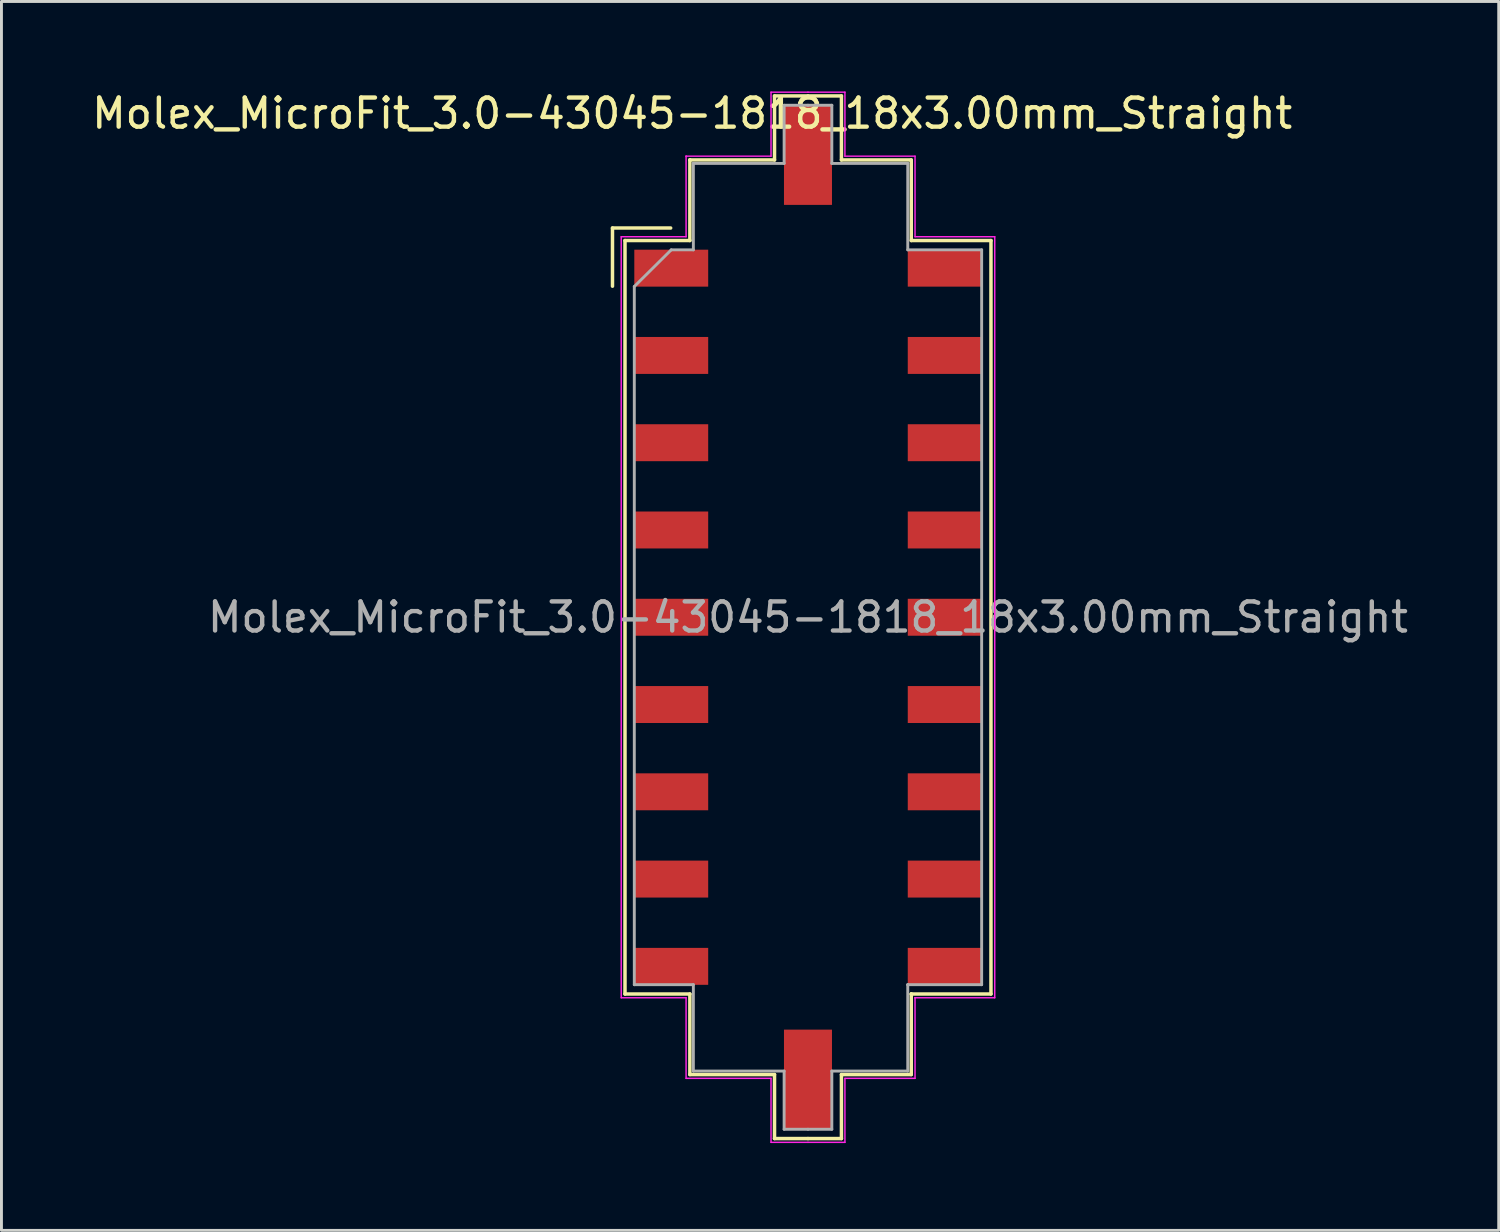
<source format=kicad_pcb>
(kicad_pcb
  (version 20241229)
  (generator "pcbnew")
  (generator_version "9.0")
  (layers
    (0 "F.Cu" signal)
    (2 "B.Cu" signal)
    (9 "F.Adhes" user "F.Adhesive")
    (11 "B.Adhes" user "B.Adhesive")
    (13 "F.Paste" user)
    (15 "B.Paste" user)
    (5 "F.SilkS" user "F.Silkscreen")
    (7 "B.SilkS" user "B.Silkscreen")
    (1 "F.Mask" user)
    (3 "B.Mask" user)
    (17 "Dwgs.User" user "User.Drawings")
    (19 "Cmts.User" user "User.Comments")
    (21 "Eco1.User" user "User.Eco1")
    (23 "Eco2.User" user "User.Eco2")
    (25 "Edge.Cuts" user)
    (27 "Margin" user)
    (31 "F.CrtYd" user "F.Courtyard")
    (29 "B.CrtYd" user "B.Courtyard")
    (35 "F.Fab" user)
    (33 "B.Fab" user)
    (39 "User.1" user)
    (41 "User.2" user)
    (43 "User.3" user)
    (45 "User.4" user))
  (footprint "Molex_MicroFit_3.0-43045-1818_18x3.00mm_Straight"
    (layer "F.Cu")
    (at 24.724 18.168)
    (property "Reference" "Molex_MicroFit_3.0-43045-1818_18x3.00mm_Straight" (at -3.98 -17.32 0) (layer "F.SilkS") (effects (font (size 1 1) (thickness 0.15))))
    (attr smd)
    (fp_line (start -6.72 -13.38) (end -6.72 -11.38) (stroke (width 0.12) (type solid)) (layer "F.SilkS"))
    (fp_line (start -6.29 -12.95) (end -4.06 -12.95) (stroke (width 0.12) (type solid)) (layer "F.SilkS"))
    (fp_line (start -6.29 12.95) (end -6.29 -12.95) (stroke (width 0.12) (type solid)) (layer "F.SilkS"))
    (fp_line (start -4.72 -13.38) (end -6.72 -13.38) (stroke (width 0.12) (type solid)) (layer "F.SilkS"))
    (fp_line (start -4.06 -15.72) (end -4.06 -15.72) (stroke (width 0.12) (type solid)) (layer "F.SilkS"))
    (fp_line (start -4.06 -15.72) (end -1.15 -15.72) (stroke (width 0.12) (type solid)) (layer "F.SilkS"))
    (fp_line (start -4.06 -12.95) (end -4.06 -15.72) (stroke (width 0.12) (type solid)) (layer "F.SilkS"))
    (fp_line (start -4.06 12.95) (end -6.29 12.95) (stroke (width 0.12) (type solid)) (layer "F.SilkS"))
    (fp_line (start -4.06 15.72) (end -4.06 12.95) (stroke (width 0.12) (type solid)) (layer "F.SilkS"))
    (fp_line (start -1.15 -17.92) (end 0 -17.92) (stroke (width 0.12) (type solid)) (layer "F.SilkS"))
    (fp_line (start -1.15 -15.72) (end -1.15 -17.92) (stroke (width 0.12) (type solid)) (layer "F.SilkS"))
    (fp_line (start -1.15 15.72) (end -4.06 15.72) (stroke (width 0.12) (type solid)) (layer "F.SilkS"))
    (fp_line (start -1.15 17.92) (end -1.15 15.72) (stroke (width 0.12) (type solid)) (layer "F.SilkS"))
    (fp_line (start 0 -17.92) (end 1.15 -17.92) (stroke (width 0.12) (type solid)) (layer "F.SilkS"))
    (fp_line (start 0 17.92) (end -1.15 17.92) (stroke (width 0.12) (type solid)) (layer "F.SilkS"))
    (fp_line (start 1.15 -17.92) (end 1.15 -15.72) (stroke (width 0.12) (type solid)) (layer "F.SilkS"))
    (fp_line (start 1.15 -15.72) (end 3.55 -15.72) (stroke (width 0.12) (type solid)) (layer "F.SilkS"))
    (fp_line (start 1.15 15.72) (end 1.15 17.92) (stroke (width 0.12) (type solid)) (layer "F.SilkS"))
    (fp_line (start 1.15 17.92) (end 0 17.92) (stroke (width 0.12) (type solid)) (layer "F.SilkS"))
    (fp_line (start 3.55 -15.72) (end 3.55 -12.95) (stroke (width 0.12) (type solid)) (layer "F.SilkS"))
    (fp_line (start 3.55 -12.95) (end 6.29 -12.95) (stroke (width 0.12) (type solid)) (layer "F.SilkS"))
    (fp_line (start 3.55 12.95) (end 3.55 12.95) (stroke (width 0.12) (type solid)) (layer "F.SilkS"))
    (fp_line (start 3.55 12.95) (end 3.55 15.72) (stroke (width 0.12) (type solid)) (layer "F.SilkS"))
    (fp_line (start 3.55 15.72) (end 1.15 15.72) (stroke (width 0.12) (type solid)) (layer "F.SilkS"))
    (fp_line (start 6.29 -12.95) (end 6.29 12.95) (stroke (width 0.12) (type solid)) (layer "F.SilkS"))
    (fp_line (start 6.29 12.95) (end 3.55 12.95) (stroke (width 0.12) (type solid)) (layer "F.SilkS"))
    (fp_line (start -6.42 -13.08) (end -4.19 -13.08) (stroke (width 0.05) (type solid)) (layer "F.CrtYd"))
    (fp_line (start -6.42 13.08) (end -6.42 -13.08) (stroke (width 0.05) (type solid)) (layer "F.CrtYd"))
    (fp_line (start -4.19 -15.85) (end -4.19 -15.85) (stroke (width 0.05) (type solid)) (layer "F.CrtYd"))
    (fp_line (start -4.19 -15.85) (end -1.27 -15.85) (stroke (width 0.05) (type solid)) (layer "F.CrtYd"))
    (fp_line (start -4.19 -13.08) (end -4.19 -15.85) (stroke (width 0.05) (type solid)) (layer "F.CrtYd"))
    (fp_line (start -4.19 13.08) (end -6.42 13.08) (stroke (width 0.05) (type solid)) (layer "F.CrtYd"))
    (fp_line (start -4.19 15.85) (end -4.19 13.08) (stroke (width 0.05) (type solid)) (layer "F.CrtYd"))
    (fp_line (start -1.27 -18.05) (end 0 -18.05) (stroke (width 0.05) (type solid)) (layer "F.CrtYd"))
    (fp_line (start -1.27 -15.85) (end -1.27 -18.05) (stroke (width 0.05) (type solid)) (layer "F.CrtYd"))
    (fp_line (start -1.27 15.85) (end -4.19 15.85) (stroke (width 0.05) (type solid)) (layer "F.CrtYd"))
    (fp_line (start -1.27 18.05) (end -1.27 15.85) (stroke (width 0.05) (type solid)) (layer "F.CrtYd"))
    (fp_line (start 0 -18.05) (end 1.27 -18.05) (stroke (width 0.05) (type solid)) (layer "F.CrtYd"))
    (fp_line (start 0 18.05) (end -1.27 18.05) (stroke (width 0.05) (type solid)) (layer "F.CrtYd"))
    (fp_line (start 1.27 -18.05) (end 1.27 -15.85) (stroke (width 0.05) (type solid)) (layer "F.CrtYd"))
    (fp_line (start 1.27 -15.85) (end 3.68 -15.85) (stroke (width 0.05) (type solid)) (layer "F.CrtYd"))
    (fp_line (start 1.27 15.85) (end 1.27 18.05) (stroke (width 0.05) (type solid)) (layer "F.CrtYd"))
    (fp_line (start 1.27 18.05) (end 0 18.05) (stroke (width 0.05) (type solid)) (layer "F.CrtYd"))
    (fp_line (start 3.68 -15.85) (end 3.68 -13.08) (stroke (width 0.05) (type solid)) (layer "F.CrtYd"))
    (fp_line (start 3.68 -13.08) (end 6.42 -13.08) (stroke (width 0.05) (type solid)) (layer "F.CrtYd"))
    (fp_line (start 3.68 13.08) (end 3.68 13.08) (stroke (width 0.05) (type solid)) (layer "F.CrtYd"))
    (fp_line (start 3.68 13.08) (end 3.68 15.85) (stroke (width 0.05) (type solid)) (layer "F.CrtYd"))
    (fp_line (start 3.68 15.85) (end 1.27 15.85) (stroke (width 0.05) (type solid)) (layer "F.CrtYd"))
    (fp_line (start 6.42 -13.08) (end 6.42 13.08) (stroke (width 0.05) (type solid)) (layer "F.CrtYd"))
    (fp_line (start 6.42 13.08) (end 3.68 13.08) (stroke (width 0.05) (type solid)) (layer "F.CrtYd"))
    (fp_line (start -5.97 -11.37) (end -4.7 -12.63) (stroke (width 0.1) (type solid)) (layer "F.Fab"))
    (fp_line (start -5.97 12.63) (end -5.97 -11.37) (stroke (width 0.1) (type solid)) (layer "F.Fab"))
    (fp_line (start -4.7 -12.63) (end -3.94 -12.63) (stroke (width 0.1) (type solid)) (layer "F.Fab"))
    (fp_line (start -3.94 -15.6) (end -3.94 -15.6) (stroke (width 0.1) (type solid)) (layer "F.Fab"))
    (fp_line (start -3.94 -15.6) (end -0.82 -15.6) (stroke (width 0.1) (type solid)) (layer "F.Fab"))
    (fp_line (start -3.94 -12.63) (end -3.94 -15.6) (stroke (width 0.1) (type solid)) (layer "F.Fab"))
    (fp_line (start -3.94 12.63) (end -5.97 12.63) (stroke (width 0.1) (type solid)) (layer "F.Fab"))
    (fp_line (start -3.94 15.6) (end -3.94 12.63) (stroke (width 0.1) (type solid)) (layer "F.Fab"))
    (fp_line (start -0.82 -17.6) (end 0 -17.6) (stroke (width 0.1) (type solid)) (layer "F.Fab"))
    (fp_line (start -0.82 -15.6) (end -0.82 -17.6) (stroke (width 0.1) (type solid)) (layer "F.Fab"))
    (fp_line (start -0.82 15.6) (end -3.94 15.6) (stroke (width 0.1) (type solid)) (layer "F.Fab"))
    (fp_line (start -0.82 17.6) (end -0.82 15.6) (stroke (width 0.1) (type solid)) (layer "F.Fab"))
    (fp_line (start 0 -17.6) (end 0.82 -17.6) (stroke (width 0.1) (type solid)) (layer "F.Fab"))
    (fp_line (start 0 17.6) (end -0.82 17.6) (stroke (width 0.1) (type solid)) (layer "F.Fab"))
    (fp_line (start 0.82 -17.6) (end 0.82 -15.6) (stroke (width 0.1) (type solid)) (layer "F.Fab"))
    (fp_line (start 0.82 -15.6) (end 3.43 -15.6) (stroke (width 0.1) (type solid)) (layer "F.Fab"))
    (fp_line (start 0.82 15.6) (end 0.82 17.6) (stroke (width 0.1) (type solid)) (layer "F.Fab"))
    (fp_line (start 0.82 17.6) (end 0 17.6) (stroke (width 0.1) (type solid)) (layer "F.Fab"))
    (fp_line (start 3.43 -15.6) (end 3.43 -12.63) (stroke (width 0.1) (type solid)) (layer "F.Fab"))
    (fp_line (start 3.43 -12.63) (end 5.97 -12.63) (stroke (width 0.1) (type solid)) (layer "F.Fab"))
    (fp_line (start 3.43 12.63) (end 3.43 12.63) (stroke (width 0.1) (type solid)) (layer "F.Fab"))
    (fp_line (start 3.43 12.63) (end 3.43 15.6) (stroke (width 0.1) (type solid)) (layer "F.Fab"))
    (fp_line (start 3.43 15.6) (end 0.82 15.6) (stroke (width 0.1) (type solid)) (layer "F.Fab"))
    (fp_line (start 5.97 -12.63) (end 5.97 12.63) (stroke (width 0.1) (type solid)) (layer "F.Fab"))
    (fp_line (start 5.97 12.63) (end 3.43 12.63) (stroke (width 0.1) (type solid)) (layer "F.Fab"))
    (fp_text user "${REFERENCE}" (at 0 0 0) (layer "F.Fab") (effects (font (size 1 1) (thickness 0.15))))
    (pad "" smd rect (at 0 -15.89) (size 1.65 3.43) (layers "F.Cu" "F.Mask" "F.Paste"))
    (pad "" smd rect (at 0 15.89) (size 1.65 3.43) (layers "F.Cu" "F.Mask" "F.Paste"))
    (pad "1" smd rect (at -4.7 -12) (size 2.54 1.27) (layers "F.Cu" "F.Mask" "F.Paste"))
    (pad "2" smd rect (at -4.7 -9) (size 2.54 1.27) (layers "F.Cu" "F.Mask" "F.Paste"))
    (pad "3" smd rect (at -4.7 -6) (size 2.54 1.27) (layers "F.Cu" "F.Mask" "F.Paste"))
    (pad "4" smd rect (at -4.7 -3) (size 2.54 1.27) (layers "F.Cu" "F.Mask" "F.Paste"))
    (pad "5" smd rect (at -4.7 0) (size 2.54 1.27) (layers "F.Cu" "F.Mask" "F.Paste"))
    (pad "6" smd rect (at -4.7 3) (size 2.54 1.27) (layers "F.Cu" "F.Mask" "F.Paste"))
    (pad "7" smd rect (at -4.7 6) (size 2.54 1.27) (layers "F.Cu" "F.Mask" "F.Paste"))
    (pad "8" smd rect (at -4.7 9) (size 2.54 1.27) (layers "F.Cu" "F.Mask" "F.Paste"))
    (pad "9" smd rect (at -4.7 12) (size 2.54 1.27) (layers "F.Cu" "F.Mask" "F.Paste"))
    (pad "10" smd rect (at 4.7 12) (size 2.54 1.27) (layers "F.Cu" "F.Mask" "F.Paste"))
    (pad "11" smd rect (at 4.7 9) (size 2.54 1.27) (layers "F.Cu" "F.Mask" "F.Paste"))
    (pad "12" smd rect (at 4.7 6) (size 2.54 1.27) (layers "F.Cu" "F.Mask" "F.Paste"))
    (pad "13" smd rect (at 4.7 3) (size 2.54 1.27) (layers "F.Cu" "F.Mask" "F.Paste"))
    (pad "14" smd rect (at 4.7 0) (size 2.54 1.27) (layers "F.Cu" "F.Mask" "F.Paste"))
    (pad "15" smd rect (at 4.7 -3) (size 2.54 1.27) (layers "F.Cu" "F.Mask" "F.Paste"))
    (pad "16" smd rect (at 4.7 -6) (size 2.54 1.27) (layers "F.Cu" "F.Mask" "F.Paste"))
    (pad "17" smd rect (at 4.7 -9) (size 2.54 1.27) (layers "F.Cu" "F.Mask" "F.Paste"))
    (pad "18" smd rect (at 4.7 -12) (size 2.54 1.27) (layers "F.Cu" "F.Mask" "F.Paste")))
  (gr_rect
    (start -3 -3)
    (end 48.468 39.243)
    (stroke (width 0.1) (type default))
    (fill no)
    (layer "Edge.Cuts")))
</source>
